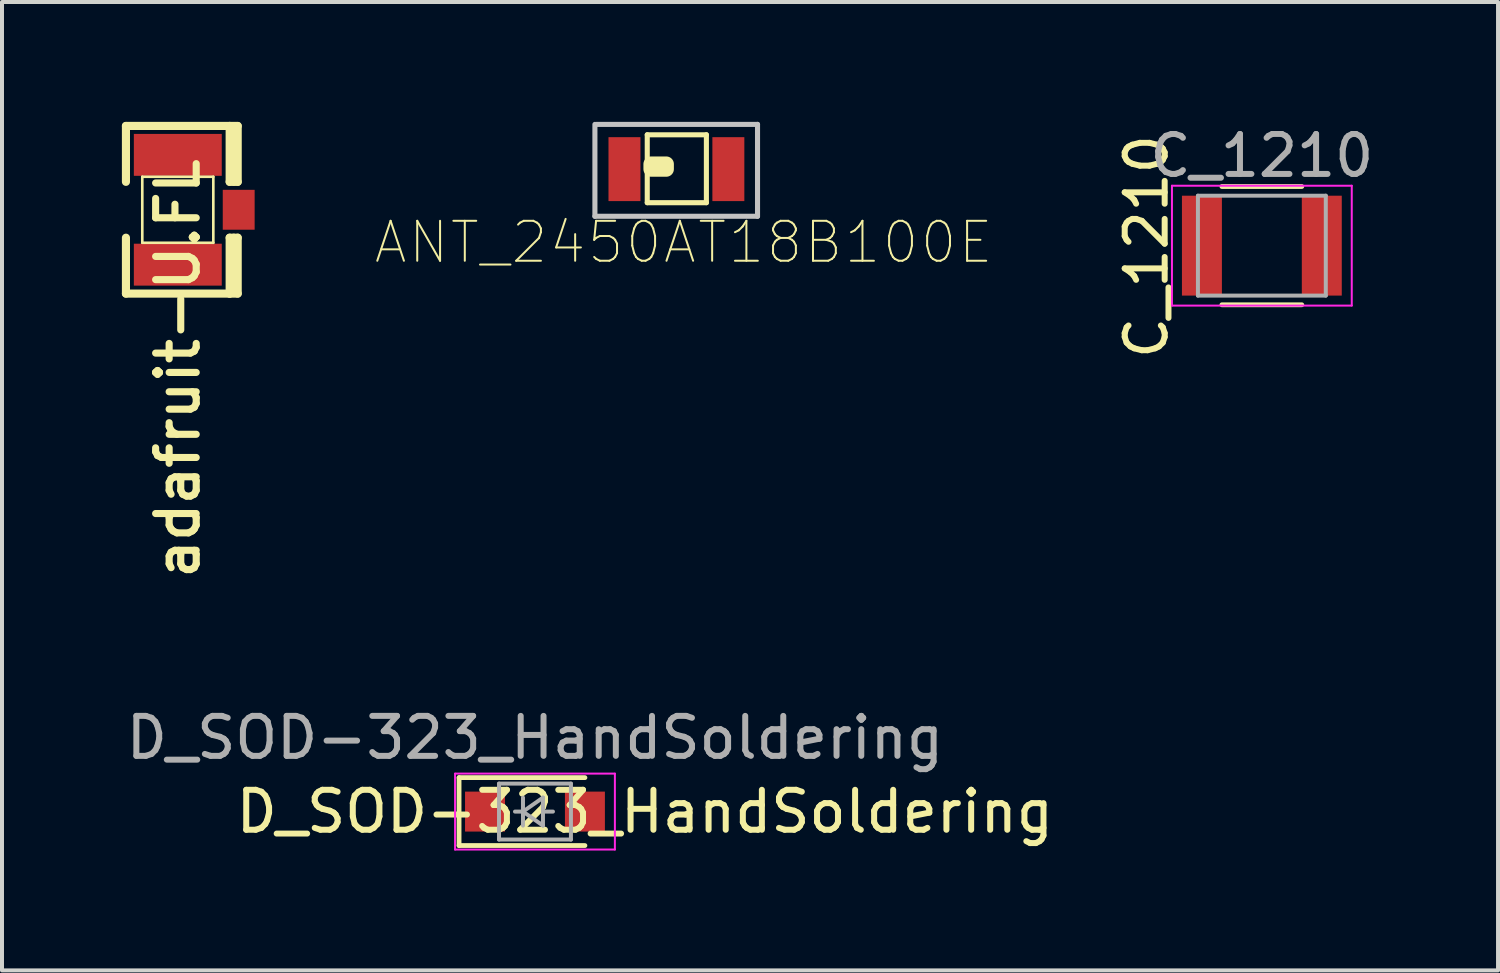
<source format=kicad_pcb>
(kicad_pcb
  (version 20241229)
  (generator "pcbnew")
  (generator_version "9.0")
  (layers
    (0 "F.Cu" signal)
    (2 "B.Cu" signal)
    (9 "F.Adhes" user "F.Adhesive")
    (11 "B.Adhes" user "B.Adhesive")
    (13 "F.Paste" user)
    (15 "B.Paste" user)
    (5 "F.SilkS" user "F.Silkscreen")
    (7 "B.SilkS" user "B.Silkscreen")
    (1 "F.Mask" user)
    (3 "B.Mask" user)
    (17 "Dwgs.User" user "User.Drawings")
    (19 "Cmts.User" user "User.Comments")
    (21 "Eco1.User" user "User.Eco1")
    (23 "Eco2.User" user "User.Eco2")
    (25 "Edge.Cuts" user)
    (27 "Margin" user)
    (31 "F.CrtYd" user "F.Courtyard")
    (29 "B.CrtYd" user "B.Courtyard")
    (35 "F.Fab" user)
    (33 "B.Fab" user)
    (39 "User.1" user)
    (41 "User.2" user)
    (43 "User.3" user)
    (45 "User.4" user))
  (footprint "C_1210"
    (layer "F.Cu")
    (at 28.531 3.098)
    (property "Reference" "C_1210" (at -2.887 0.022 90) (layer "F.SilkS") (effects (font (size 1 1) (thickness 0.15))))
    (attr smd)
    (fp_line (start -1 1.48) (end 1 1.48) (stroke (width 0.12) (type solid)) (layer "F.SilkS"))
    (fp_line (start 1 -1.48) (end -1 -1.48) (stroke (width 0.12) (type solid)) (layer "F.SilkS"))
    (fp_line (start -2.25 -1.5) (end -2.25 1.5) (stroke (width 0.05) (type solid)) (layer "F.CrtYd"))
    (fp_line (start -2.25 -1.5) (end 2.25 -1.5) (stroke (width 0.05) (type solid)) (layer "F.CrtYd"))
    (fp_line (start 2.25 1.5) (end -2.25 1.5) (stroke (width 0.05) (type solid)) (layer "F.CrtYd"))
    (fp_line (start 2.25 1.5) (end 2.25 -1.5) (stroke (width 0.05) (type solid)) (layer "F.CrtYd"))
    (fp_line (start -1.6 -1.25) (end 1.6 -1.25) (stroke (width 0.1) (type solid)) (layer "F.Fab"))
    (fp_line (start -1.6 1.25) (end -1.6 -1.25) (stroke (width 0.1) (type solid)) (layer "F.Fab"))
    (fp_line (start 1.6 -1.25) (end 1.6 1.25) (stroke (width 0.1) (type solid)) (layer "F.Fab"))
    (fp_line (start 1.6 1.25) (end -1.6 1.25) (stroke (width 0.1) (type solid)) (layer "F.Fab"))
    (fp_text user "${REFERENCE}" (at 0 -2.25 0) (layer "F.Fab") (effects (font (size 1 1) (thickness 0.15))))
    (pad "1" smd rect (at -1.5 0) (size 1 2.5) (layers "F.Cu" "F.Mask" "F.Paste"))
    (pad "2" smd rect (at 1.5 0) (size 1 2.5) (layers "F.Cu" "F.Mask" "F.Paste")))
  (footprint "D_SOD-323_HandSoldering"
    (layer "F.Cu")
    (at 10.339 17.262)
    (property "Reference" "D_SOD-323_HandSoldering" (at 2.75 0 0) (layer "F.SilkS") (effects (font (size 1 1) (thickness 0.15))))
    (attr smd)
    (fp_line (start -1.9 -0.85) (end -1.9 0.85) (stroke (width 0.12) (type solid)) (layer "F.SilkS"))
    (fp_line (start -1.9 -0.85) (end 1.25 -0.85) (stroke (width 0.12) (type solid)) (layer "F.SilkS"))
    (fp_line (start -1.9 0.85) (end 1.25 0.85) (stroke (width 0.12) (type solid)) (layer "F.SilkS"))
    (fp_line (start -2 -0.95) (end -2 0.95) (stroke (width 0.05) (type solid)) (layer "F.CrtYd"))
    (fp_line (start -2 -0.95) (end 2 -0.95) (stroke (width 0.05) (type solid)) (layer "F.CrtYd"))
    (fp_line (start -2 0.95) (end 2 0.95) (stroke (width 0.05) (type solid)) (layer "F.CrtYd"))
    (fp_line (start 2 -0.95) (end 2 0.95) (stroke (width 0.05) (type solid)) (layer "F.CrtYd"))
    (fp_line (start -0.9 -0.7) (end 0.9 -0.7) (stroke (width 0.1) (type solid)) (layer "F.Fab"))
    (fp_line (start -0.9 0.7) (end -0.9 -0.7) (stroke (width 0.1) (type solid)) (layer "F.Fab"))
    (fp_line (start -0.3 -0.35) (end -0.3 0.35) (stroke (width 0.1) (type solid)) (layer "F.Fab"))
    (fp_line (start -0.3 0) (end -0.5 0) (stroke (width 0.1) (type solid)) (layer "F.Fab"))
    (fp_line (start -0.3 0) (end 0.2 -0.35) (stroke (width 0.1) (type solid)) (layer "F.Fab"))
    (fp_line (start 0.2 -0.35) (end 0.2 0.35) (stroke (width 0.1) (type solid)) (layer "F.Fab"))
    (fp_line (start 0.2 0) (end 0.45 0) (stroke (width 0.1) (type solid)) (layer "F.Fab"))
    (fp_line (start 0.2 0.35) (end -0.3 0) (stroke (width 0.1) (type solid)) (layer "F.Fab"))
    (fp_line (start 0.9 -0.7) (end 0.9 0.7) (stroke (width 0.1) (type solid)) (layer "F.Fab"))
    (fp_line (start 0.9 0.7) (end -0.9 0.7) (stroke (width 0.1) (type solid)) (layer "F.Fab"))
    (fp_text user "${REFERENCE}" (at 0 -1.85 0) (layer "F.Fab") (effects (font (size 1 1) (thickness 0.15))))
    (pad "1" smd rect (at -1.25 0) (size 1 1) (layers "F.Cu" "F.Mask" "F.Paste"))
    (pad "2" smd rect (at 1.25 0) (size 1 1) (layers "F.Cu" "F.Mask" "F.Paste")))
  (footprint "adafruit-U.FL"
    (layer "F.Cu")
    (at 1.4 2.2)
    (property "Reference" "adafruit-U.FL" (at 0 3.974 90) (layer "F.SilkS") (effects (font (size 1.016 1.016) (thickness 0.178))))
    (attr smd)
    (fp_line (start -1.298 -0.699) (end -1.298 -2.098) (stroke (width 0.203) (type solid)) (layer "F.SilkS"))
    (fp_line (start -1.298 2.098) (end -1.298 0.699) (stroke (width 0.203) (type solid)) (layer "F.SilkS"))
    (fp_line (start -1.298 2.098) (end 1.298 2.098) (stroke (width 0.203) (type solid)) (layer "F.SilkS"))
    (fp_line (start -0.889 -0.826) (end 0.889 -0.826) (stroke (width 0.066) (type solid)) (layer "F.SilkS"))
    (fp_line (start -0.889 0.826) (end -0.889 -0.826) (stroke (width 0.066) (type solid)) (layer "F.SilkS"))
    (fp_line (start -0.889 0.826) (end 0.889 0.826) (stroke (width 0.066) (type solid)) (layer "F.SilkS"))
    (fp_line (start 0.889 0.826) (end 0.889 -0.826) (stroke (width 0.066) (type solid)) (layer "F.SilkS"))
    (fp_line (start 1.298 -2.098) (end -1.298 -2.098) (stroke (width 0.203) (type solid)) (layer "F.SilkS"))
    (fp_line (start 1.298 -0.699) (end 1.298 -2.098) (stroke (width 0.203) (type solid)) (layer "F.SilkS"))
    (fp_line (start 1.298 2.098) (end 1.298 0.699) (stroke (width 0.203) (type solid)) (layer "F.SilkS"))
    (fp_line (start 1.4 -0.699) (end 1.4 -1.999) (stroke (width 0.203) (type solid)) (layer "F.SilkS"))
    (fp_line (start 1.4 1.999) (end 1.4 0.699) (stroke (width 0.203) (type solid)) (layer "F.SilkS"))
    (fp_line (start 1.499 -2.098) (end 1.298 -2.098) (stroke (width 0.203) (type solid)) (layer "F.SilkS"))
    (fp_line (start 1.499 -0.699) (end 1.298 -0.699) (stroke (width 0.203) (type solid)) (layer "F.SilkS"))
    (fp_line (start 1.499 -0.699) (end 1.499 -2.098) (stroke (width 0.203) (type solid)) (layer "F.SilkS"))
    (fp_line (start 1.499 0.699) (end 1.298 0.699) (stroke (width 0.203) (type solid)) (layer "F.SilkS"))
    (fp_line (start 1.499 2.098) (end 1.298 2.098) (stroke (width 0.203) (type solid)) (layer "F.SilkS"))
    (fp_line (start 1.499 2.098) (end 1.499 0.699) (stroke (width 0.203) (type solid)) (layer "F.SilkS"))
    (pad "1" smd rect (at 0 -1.374) (size 2.2 1.049) (layers "F.Cu" "F.Mask" "F.Paste"))
    (pad "2" smd rect (at 0 1.374) (size 2.2 1.049) (layers "F.Cu" "F.Mask" "F.Paste"))
    (pad "3" smd rect (at 1.524 0) (size 0.798 0.998) (layers "F.Cu" "F.Mask" "F.Paste")))
  (footprint "ANT_2450AT18B100E"
    (placed yes)
    (layer "F.Cu")
    (at 13.879 1.183)
    (property "Reference" "ANT_2450AT18B100E" (at 0.18 1.833 0) (layer "F.SilkS") (effects (font (size 1 1) (thickness 0.05))))
    (attr smd)
    (fp_line (start -0.73 -0.86) (end -0.73 0.84) (stroke (width 0.127) (type solid)) (layer "F.SilkS"))
    (fp_line (start -0.73 0.84) (end 0.75 0.84) (stroke (width 0.127) (type solid)) (layer "F.SilkS"))
    (fp_line (start 0.75 -0.86) (end -0.73 -0.86) (stroke (width 0.127) (type solid)) (layer "F.SilkS"))
    (fp_line (start 0.75 0.84) (end 0.75 -0.86) (stroke (width 0.127) (type solid)) (layer "F.SilkS"))
    (fp_poly (pts (xy -0.635 -0.127) (xy -0.254 -0.127) (xy -0.254 0) (xy -0.635 0)) (stroke (width 0.381) (type solid)) (fill yes) (layer "F.SilkS"))
    (fp_line (start -2.04 1.18) (end -2.04 -1.12) (stroke (width 0.127) (type solid)) (layer "Dwgs.User"))
    (fp_line (start -2 -1.12) (end 2.03 -1.12) (stroke (width 0.127) (type solid)) (layer "Dwgs.User"))
    (fp_line (start 2.03 -1.12) (end 2.03 1.18) (stroke (width 0.127) (type solid)) (layer "Dwgs.User"))
    (fp_line (start 2.03 1.18) (end -2.04 1.18) (stroke (width 0.127) (type solid)) (layer "Dwgs.User"))
    (pad "1" smd rect (at -1.3 0) (size 0.8 1.6) (layers "F.Cu" "F.Mask" "F.Paste"))
    (pad "2" smd rect (at 1.3 0) (size 0.8 1.6) (layers "F.Cu" "F.Mask" "F.Paste")))
  (gr_rect
    (start -3 -3)
    (end 34.442 21.237)
    (stroke (width 0.1) (type default))
    (fill no)
    (layer "Edge.Cuts")))
</source>
